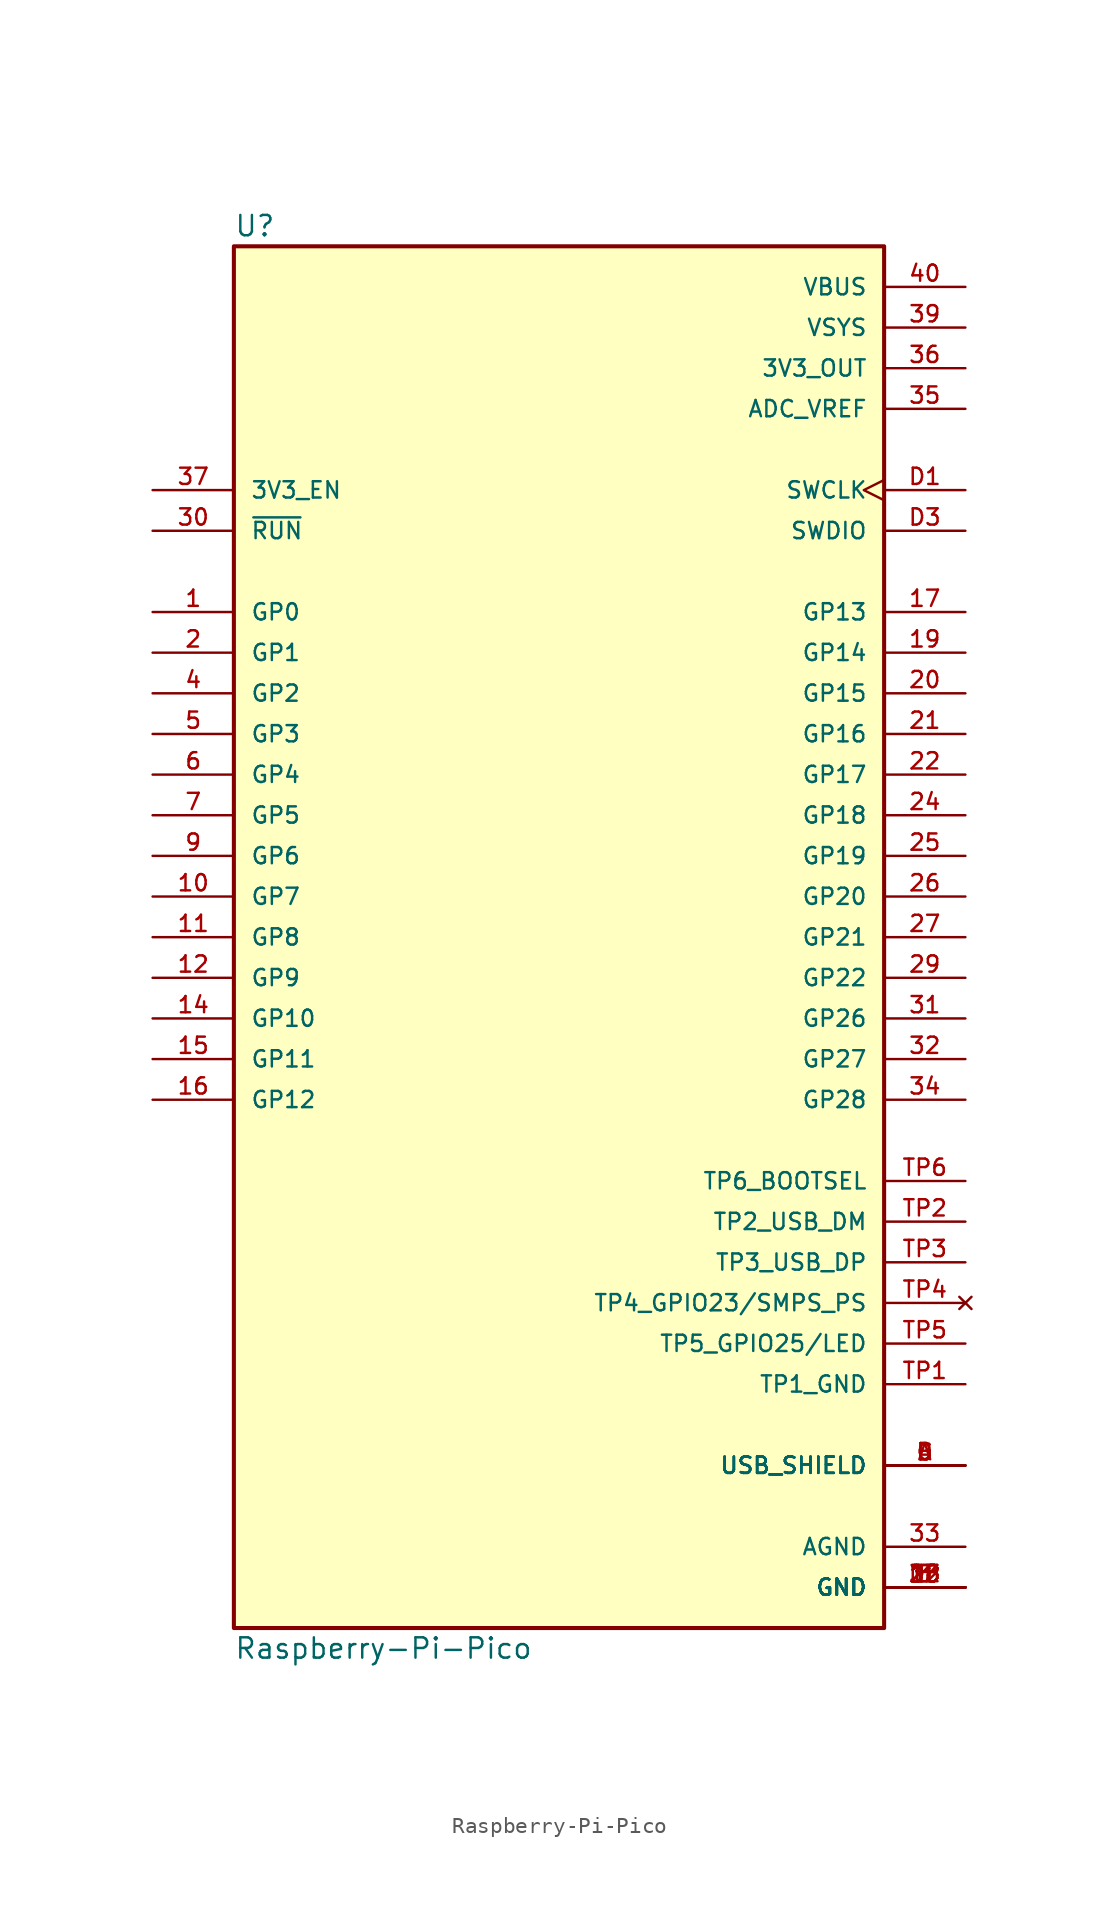
<source format=kicad_sym>
(kicad_symbol_lib
  (version 20220914)
  (generator kicad_symbol_editor)
  (symbol "Raspberry-Pi-Pico"
    (pin_names
      (offset 1.016))
    (property "Reference" "U"
      (at -20.32 44.45 0)
      (effects (font (size 1.27 1.27)) (justify left)))
    (property "Value" "Raspberry-Pi-Pico"
      (at -20.32 -44.45 0)
      (effects (font (size 1.27 1.27)) (justify left)))
    (symbol "Raspberry-Pi-Pico_0_0"
      (rectangle (start -20.32 -43.18) (end 20.32 43.18) (stroke (width 0.254) (type default)) (fill (type background)))
      (pin bidirectional line (at -25.4 20.32 0) (length 5.08) (name "GP0" (effects (font (size 1.016 1.016)))) (number "1" (effects (font (size 1.016 1.016)))))
      (pin bidirectional line (at -25.4 2.54 0) (length 5.08) (name "GP7" (effects (font (size 1.016 1.016)))) (number "10" (effects (font (size 1.016 1.016)))))
      (pin bidirectional line (at -25.4 0 0) (length 5.08) (name "GP8" (effects (font (size 1.016 1.016)))) (number "11" (effects (font (size 1.016 1.016)))))
      (pin bidirectional line (at -25.4 -2.54 0) (length 5.08) (name "GP9" (effects (font (size 1.016 1.016)))) (number "12" (effects (font (size 1.016 1.016)))))
      (pin power_in line (at 25.4 -40.64 180) (length 5.08) (name "GND" (effects (font (size 1.016 1.016)))) (number "13" (effects (font (size 1.016 1.016)))))
      (pin bidirectional line (at -25.4 -5.08 0) (length 5.08) (name "GP10" (effects (font (size 1.016 1.016)))) (number "14" (effects (font (size 1.016 1.016)))))
      (pin bidirectional line (at -25.4 -7.62 0) (length 5.08) (name "GP11" (effects (font (size 1.016 1.016)))) (number "15" (effects (font (size 1.016 1.016)))))
      (pin bidirectional line (at -25.4 -10.16 0) (length 5.08) (name "GP12" (effects (font (size 1.016 1.016)))) (number "16" (effects (font (size 1.016 1.016)))))
      (pin bidirectional line (at 25.4 20.32 180) (length 5.08) (name "GP13" (effects (font (size 1.016 1.016)))) (number "17" (effects (font (size 1.016 1.016)))))
      (pin power_in line (at 25.4 -40.64 180) (length 5.08) (name "GND" (effects (font (size 1.016 1.016)))) (number "18" (effects (font (size 1.016 1.016)))))
      (pin bidirectional line (at 25.4 17.78 180) (length 5.08) (name "GP14" (effects (font (size 1.016 1.016)))) (number "19" (effects (font (size 1.016 1.016)))))
      (pin bidirectional line (at -25.4 17.78 0) (length 5.08) (name "GP1" (effects (font (size 1.016 1.016)))) (number "2" (effects (font (size 1.016 1.016)))))
      (pin bidirectional line (at 25.4 15.24 180) (length 5.08) (name "GP15" (effects (font (size 1.016 1.016)))) (number "20" (effects (font (size 1.016 1.016)))))
      (pin bidirectional line (at 25.4 12.7 180) (length 5.08) (name "GP16" (effects (font (size 1.016 1.016)))) (number "21" (effects (font (size 1.016 1.016)))))
      (pin bidirectional line (at 25.4 10.16 180) (length 5.08) (name "GP17" (effects (font (size 1.016 1.016)))) (number "22" (effects (font (size 1.016 1.016)))))
      (pin power_in line (at 25.4 -40.64 180) (length 5.08) (name "GND" (effects (font (size 1.016 1.016)))) (number "23" (effects (font (size 1.016 1.016)))))
      (pin bidirectional line (at 25.4 7.62 180) (length 5.08) (name "GP18" (effects (font (size 1.016 1.016)))) (number "24" (effects (font (size 1.016 1.016)))))
      (pin bidirectional line (at 25.4 5.08 180) (length 5.08) (name "GP19" (effects (font (size 1.016 1.016)))) (number "25" (effects (font (size 1.016 1.016)))))
      (pin bidirectional line (at 25.4 2.54 180) (length 5.08) (name "GP20" (effects (font (size 1.016 1.016)))) (number "26" (effects (font (size 1.016 1.016)))))
      (pin bidirectional line (at 25.4 0 180) (length 5.08) (name "GP21" (effects (font (size 1.016 1.016)))) (number "27" (effects (font (size 1.016 1.016)))))
      (pin power_in line (at 25.4 -40.64 180) (length 5.08) (name "GND" (effects (font (size 1.016 1.016)))) (number "28" (effects (font (size 1.016 1.016)))))
      (pin bidirectional line (at 25.4 -2.54 180) (length 5.08) (name "GP22" (effects (font (size 1.016 1.016)))) (number "29" (effects (font (size 1.016 1.016)))))
      (pin power_in line (at 25.4 -40.64 180) (length 5.08) (name "GND" (effects (font (size 1.016 1.016)))) (number "3" (effects (font (size 1.016 1.016)))))
      (pin input line (at -25.4 25.4 0) (length 5.08) (name "~{RUN}" (effects (font (size 1.016 1.016)))) (number "30" (effects (font (size 1.016 1.016)))))
      (pin bidirectional line (at 25.4 -5.08 180) (length 5.08) (name "GP26" (effects (font (size 1.016 1.016)))) (number "31" (effects (font (size 1.016 1.016)))))
      (pin bidirectional line (at 25.4 -7.62 180) (length 5.08) (name "GP27" (effects (font (size 1.016 1.016)))) (number "32" (effects (font (size 1.016 1.016)))))
      (pin power_in line (at 25.4 -38.1 180) (length 5.08) (name "AGND" (effects (font (size 1.016 1.016)))) (number "33" (effects (font (size 1.016 1.016)))))
      (pin bidirectional line (at 25.4 -10.16 180) (length 5.08) (name "GP28" (effects (font (size 1.016 1.016)))) (number "34" (effects (font (size 1.016 1.016)))))
      (pin power_in line (at 25.4 33.02 180) (length 5.08) (name "ADC_VREF" (effects (font (size 1.016 1.016)))) (number "35" (effects (font (size 1.016 1.016)))))
      (pin power_in line (at 25.4 35.56 180) (length 5.08) (name "3V3_OUT" (effects (font (size 1.016 1.016)))) (number "36" (effects (font (size 1.016 1.016)))))
      (pin input line (at -25.4 27.94 0) (length 5.08) (name "3V3_EN" (effects (font (size 1.016 1.016)))) (number "37" (effects (font (size 1.016 1.016)))))
      (pin power_in line (at 25.4 -40.64 180) (length 5.08) (name "GND" (effects (font (size 1.016 1.016)))) (number "38" (effects (font (size 1.016 1.016)))))
      (pin power_in line (at 25.4 38.1 180) (length 5.08) (name "VSYS" (effects (font (size 1.016 1.016)))) (number "39" (effects (font (size 1.016 1.016)))))
      (pin bidirectional line (at -25.4 15.24 0) (length 5.08) (name "GP2" (effects (font (size 1.016 1.016)))) (number "4" (effects (font (size 1.016 1.016)))))
      (pin power_in line (at 25.4 40.64 180) (length 5.08) (name "VBUS" (effects (font (size 1.016 1.016)))) (number "40" (effects (font (size 1.016 1.016)))))
      (pin bidirectional line (at -25.4 12.7 0) (length 5.08) (name "GP3" (effects (font (size 1.016 1.016)))) (number "5" (effects (font (size 1.016 1.016)))))
      (pin bidirectional line (at -25.4 10.16 0) (length 5.08) (name "GP4" (effects (font (size 1.016 1.016)))) (number "6" (effects (font (size 1.016 1.016)))))
      (pin bidirectional line (at -25.4 7.62 0) (length 5.08) (name "GP5" (effects (font (size 1.016 1.016)))) (number "7" (effects (font (size 1.016 1.016)))))
      (pin power_in line (at 25.4 -40.64 180) (length 5.08) (name "GND" (effects (font (size 1.016 1.016)))) (number "8" (effects (font (size 1.016 1.016)))))
      (pin bidirectional line (at -25.4 5.08 0) (length 5.08) (name "GP6" (effects (font (size 1.016 1.016)))) (number "9" (effects (font (size 1.016 1.016)))))
      (pin power_in line (at 25.4 -33.02 180) (length 5.08) (name "USB_SHIELD" (effects (font (size 1.016 1.016)))) (number "A" (effects (font (size 1.016 1.016)))))
      (pin power_in line (at 25.4 -33.02 180) (length 5.08) (name "USB_SHIELD" (effects (font (size 1.016 1.016)))) (number "B" (effects (font (size 1.016 1.016)))))
      (pin power_in line (at 25.4 -33.02 180) (length 5.08) (name "USB_SHIELD" (effects (font (size 1.016 1.016)))) (number "C" (effects (font (size 1.016 1.016)))))
      (pin power_in line (at 25.4 -33.02 180) (length 5.08) (name "USB_SHIELD" (effects (font (size 1.016 1.016)))) (number "D" (effects (font (size 1.016 1.016)))))
      (pin input clock (at 25.4 27.94 180) (length 5.08) (name "SWCLK" (effects (font (size 1.016 1.016)))) (number "D1" (effects (font (size 1.016 1.016)))))
      (pin power_in line (at 25.4 -40.64 180) (length 5.08) (name "GND" (effects (font (size 1.016 1.016)))) (number "D2" (effects (font (size 1.016 1.016)))))
      (pin bidirectional line (at 25.4 25.4 180) (length 5.08) (name "SWDIO" (effects (font (size 1.016 1.016)))) (number "D3" (effects (font (size 1.016 1.016)))))
      (pin power_in line (at 25.4 -27.94 180) (length 5.08) (name "TP1_GND" (effects (font (size 1.016 1.016)))) (number "TP1" (effects (font (size 1.016 1.016)))))
      (pin bidirectional line (at 25.4 -17.78 180) (length 5.08) (name "TP2_USB_DM" (effects (font (size 1.016 1.016)))) (number "TP2" (effects (font (size 1.016 1.016)))))
      (pin bidirectional line (at 25.4 -20.32 180) (length 5.08) (name "TP3_USB_DP" (effects (font (size 1.016 1.016)))) (number "TP3" (effects (font (size 1.016 1.016)))))
      (pin no_connect line (at 25.4 -22.86 180) (length 5.08) (name "TP4_GPIO23/SMPS_PS" (effects (font (size 1.016 1.016)))) (number "TP4" (effects (font (size 1.016 1.016)))))
      (pin output line (at 25.4 -25.4 180) (length 5.08) (name "TP5_GPIO25/LED" (effects (font (size 1.016 1.016)))) (number "TP5" (effects (font (size 1.016 1.016)))))
      (pin input line (at 25.4 -15.24 180) (length 5.08) (name "TP6_BOOTSEL" (effects (font (size 1.016 1.016)))) (number "TP6" (effects (font (size 1.016 1.016))))))))
</source>
